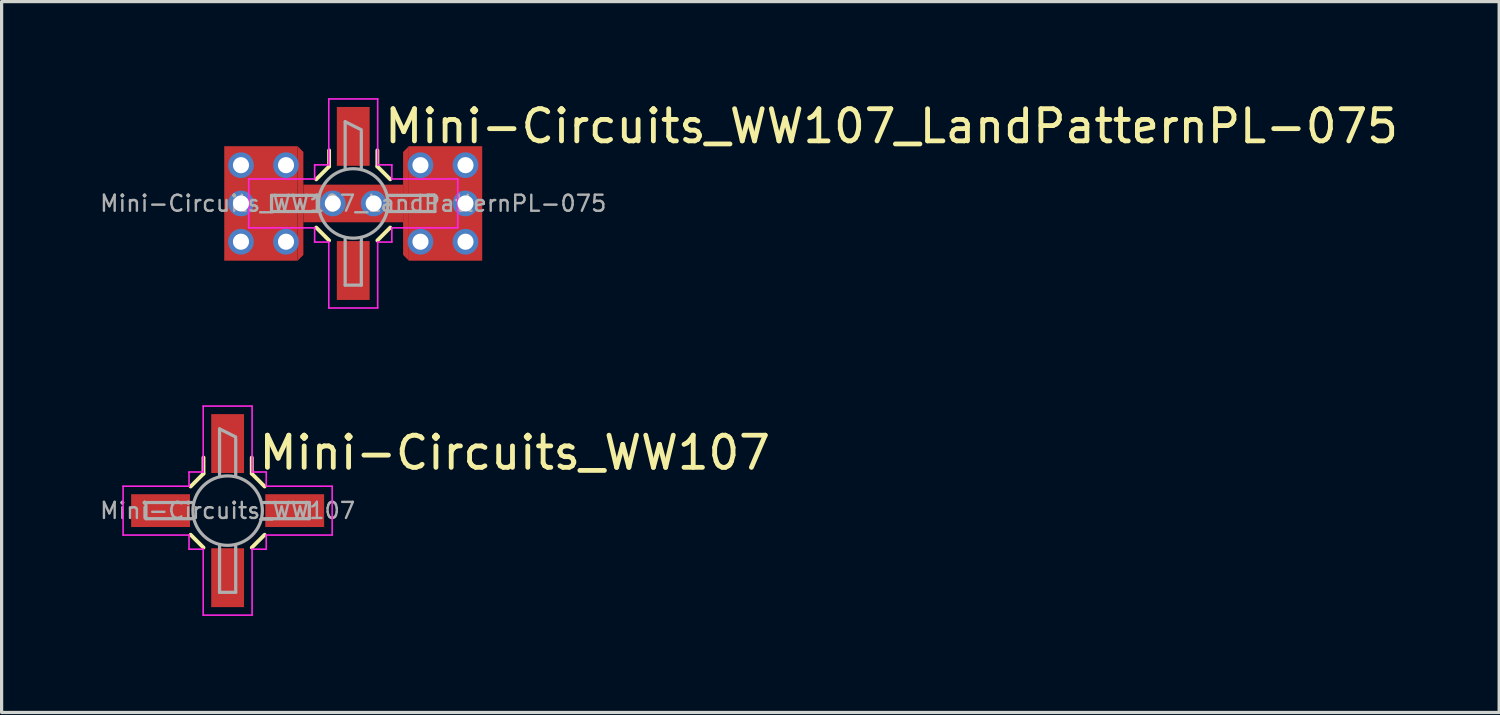
<source format=kicad_pcb>
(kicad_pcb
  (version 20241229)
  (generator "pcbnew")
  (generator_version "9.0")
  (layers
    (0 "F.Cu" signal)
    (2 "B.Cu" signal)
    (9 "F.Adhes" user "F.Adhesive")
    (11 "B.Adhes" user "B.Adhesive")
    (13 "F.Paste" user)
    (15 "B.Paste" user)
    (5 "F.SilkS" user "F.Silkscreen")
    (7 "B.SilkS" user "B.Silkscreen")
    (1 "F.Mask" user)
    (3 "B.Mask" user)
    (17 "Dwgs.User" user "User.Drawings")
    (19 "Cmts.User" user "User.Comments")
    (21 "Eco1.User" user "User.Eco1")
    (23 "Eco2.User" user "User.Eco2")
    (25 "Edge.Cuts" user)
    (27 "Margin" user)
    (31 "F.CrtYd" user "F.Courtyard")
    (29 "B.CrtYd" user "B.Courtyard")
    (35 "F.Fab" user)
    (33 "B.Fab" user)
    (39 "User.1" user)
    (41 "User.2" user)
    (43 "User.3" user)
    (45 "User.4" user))
  (footprint "Mini-Circuits_WW107_LandPatternPL-075"
    (layer "F.Cu")
    (at 7.932 3.275)
    (property "Reference" "Mini-Circuits_WW107_LandPatternPL-075" (at 0.9 -2.4 0) (layer "F.SilkS") (effects (font (size 1 1) (thickness 0.15)) (justify left)))
    (attr smd)
    (fp_line (start -1.15 0.75) (end -0.75 1.15) (stroke (width 0.12) (type solid)) (layer "F.SilkS"))
    (fp_line (start -0.75 -1.15) (end -1.15 -0.75) (stroke (width 0.12) (type solid)) (layer "F.SilkS"))
    (fp_line (start -0.75 -1.15) (end -0.75 -1.65) (stroke (width 0.12) (type solid)) (layer "F.SilkS"))
    (fp_line (start 0.75 -1.15) (end 0.75 -1.65) (stroke (width 0.12) (type solid)) (layer "F.SilkS"))
    (fp_line (start 0.75 1.15) (end 1.15 0.75) (stroke (width 0.12) (type solid)) (layer "F.SilkS"))
    (fp_line (start 1.15 -0.75) (end 0.75 -1.15) (stroke (width 0.12) (type solid)) (layer "F.SilkS"))
    (fp_line (start -3.25 -0.76) (end -3.25 0.76) (stroke (width 0.05) (type solid)) (layer "F.CrtYd"))
    (fp_line (start -3.25 -0.76) (end -1.2 -0.76) (stroke (width 0.05) (type solid)) (layer "F.CrtYd"))
    (fp_line (start -3.25 0.76) (end -1.2 0.76) (stroke (width 0.05) (type solid)) (layer "F.CrtYd"))
    (fp_line (start -1.2 -1.2) (end -1.2 -0.76) (stroke (width 0.05) (type solid)) (layer "F.CrtYd"))
    (fp_line (start -1.2 0.76) (end -1.2 1.2) (stroke (width 0.05) (type solid)) (layer "F.CrtYd"))
    (fp_line (start -1.2 1.2) (end -0.76 1.2) (stroke (width 0.05) (type solid)) (layer "F.CrtYd"))
    (fp_line (start -0.76 -3.25) (end -0.76 -1.2) (stroke (width 0.05) (type solid)) (layer "F.CrtYd"))
    (fp_line (start -0.76 -1.2) (end -1.2 -1.2) (stroke (width 0.05) (type solid)) (layer "F.CrtYd"))
    (fp_line (start -0.76 3.25) (end -0.76 1.2) (stroke (width 0.05) (type solid)) (layer "F.CrtYd"))
    (fp_line (start -0.76 3.25) (end 0.76 3.25) (stroke (width 0.05) (type solid)) (layer "F.CrtYd"))
    (fp_line (start 0.76 -3.25) (end -0.76 -3.25) (stroke (width 0.05) (type solid)) (layer "F.CrtYd"))
    (fp_line (start 0.76 -3.25) (end 0.76 -1.2) (stroke (width 0.05) (type solid)) (layer "F.CrtYd"))
    (fp_line (start 0.76 1.2) (end 1.2 1.2) (stroke (width 0.05) (type solid)) (layer "F.CrtYd"))
    (fp_line (start 0.76 3.25) (end 0.76 1.2) (stroke (width 0.05) (type solid)) (layer "F.CrtYd"))
    (fp_line (start 1.2 -1.2) (end 0.76 -1.2) (stroke (width 0.05) (type solid)) (layer "F.CrtYd"))
    (fp_line (start 1.2 -0.76) (end 1.2 -1.2) (stroke (width 0.05) (type solid)) (layer "F.CrtYd"))
    (fp_line (start 1.2 1.2) (end 1.2 0.76) (stroke (width 0.05) (type solid)) (layer "F.CrtYd"))
    (fp_line (start 3.25 -0.76) (end 1.2 -0.76) (stroke (width 0.05) (type solid)) (layer "F.CrtYd"))
    (fp_line (start 3.25 0.76) (end 1.2 0.76) (stroke (width 0.05) (type solid)) (layer "F.CrtYd"))
    (fp_line (start 3.25 0.76) (end 3.25 -0.76) (stroke (width 0.05) (type solid)) (layer "F.CrtYd"))
    (fp_line (start -2.54 -0.251) (end -2.54 0.251) (stroke (width 0.1) (type solid)) (layer "F.Fab"))
    (fp_line (start -2.54 -0.251) (end -1.1 -0.251) (stroke (width 0.1) (type solid)) (layer "F.Fab"))
    (fp_line (start -2.54 0.251) (end -1.1 0.251) (stroke (width 0.1) (type solid)) (layer "F.Fab"))
    (fp_line (start -0.251 -2.54) (end -0.251 -1.1) (stroke (width 0.1) (type solid)) (layer "F.Fab"))
    (fp_line (start -0.251 2.54) (end -0.251 1.1) (stroke (width 0.1) (type solid)) (layer "F.Fab"))
    (fp_line (start -0.251 2.54) (end 0.251 2.54) (stroke (width 0.1) (type solid)) (layer "F.Fab"))
    (fp_line (start 0.251 -2.29) (end -0.251 -2.54) (stroke (width 0.1) (type solid)) (layer "F.Fab"))
    (fp_line (start 0.251 -2.229) (end 0.251 -1.1) (stroke (width 0.1) (type solid)) (layer "F.Fab"))
    (fp_line (start 0.251 2.54) (end 0.251 1.1) (stroke (width 0.1) (type solid)) (layer "F.Fab"))
    (fp_line (start 2.54 -0.251) (end 1.1 -0.251) (stroke (width 0.1) (type solid)) (layer "F.Fab"))
    (fp_line (start 2.54 0.251) (end 1.1 0.251) (stroke (width 0.1) (type solid)) (layer "F.Fab"))
    (fp_line (start 2.54 0.251) (end 2.54 -0.251) (stroke (width 0.1) (type solid)) (layer "F.Fab"))
    (fp_circle (center 0 0) (end 1.08 0) (stroke (width 0.1) (type solid)) (fill no) (layer "F.Fab"))
    (fp_text user "${REFERENCE}" (at 0 0 0) (layer "F.Fab") (effects (font (size 0.5 0.5) (thickness 0.075))))
    (pad "" smd rect (at -2.085 0 90) (size 1.02 1.83) (layers "F.Mask" "F.Paste"))
    (pad "" smd rect (at 2.085 0 270) (size 1.02 1.83) (layers "F.Mask" "F.Paste"))
    (pad "1" smd rect (at 0 -2.085) (size 1.02 1.83) (layers "F.Cu" "F.Mask" "F.Paste"))
    (pad "2" thru_hole circle (at -3.49 -1.19 270) (size 0.8 0.8) (drill 0.5) (layers "*.Cu" "*.Mask"))
    (pad "2" thru_hole circle (at -3.49 0 270) (size 0.8 0.8) (drill 0.5) (layers "*.Cu" "*.Mask"))
    (pad "2" thru_hole circle (at -3.49 1.19 270) (size 0.8 0.8) (drill 0.5) (layers "*.Cu" "*.Mask"))
    (pad "2" thru_hole circle (at -2.09 -1.19 270) (size 0.8 0.8) (drill 0.5) (layers "*.Cu" "*.Mask"))
    (pad "2" thru_hole circle (at -2.09 1.19 270) (size 0.8 0.8) (drill 0.5) (layers "*.Cu" "*.Mask"))
    (pad "2" smd rect (at -1.73 0 270) (size 3.56 2.28) (drill (offset 0 1.14)) (layers "F.Cu"))
    (pad "2" smd trapezoid (at -1.55 0 270) (size 3.38 0.18) (rect_delta 0 0.18) (drill (offset 0 0.09)) (layers "F.Cu"))
    (pad "2" thru_hole circle (at -0.635 0 270) (size 0.8 0.8) (drill 0.5) (layers "*.Cu" "*.Mask"))
    (pad "2" smd rect (at 0 0 270) (size 1.17 3.1) (layers "F.Cu"))
    (pad "2" thru_hole circle (at 0.635 0 90) (size 0.8 0.8) (drill 0.5) (layers "*.Cu" "*.Mask"))
    (pad "2" smd trapezoid (at 1.55 0 90) (size 3.38 0.18) (rect_delta 0 0.18) (drill (offset 0 0.09)) (layers "F.Cu"))
    (pad "2" smd rect (at 1.73 0 90) (size 3.56 2.28) (drill (offset 0 1.14)) (layers "F.Cu"))
    (pad "2" thru_hole circle (at 2.09 -1.19 90) (size 0.8 0.8) (drill 0.5) (layers "*.Cu" "*.Mask"))
    (pad "2" thru_hole circle (at 2.09 1.19 90) (size 0.8 0.8) (drill 0.5) (layers "*.Cu" "*.Mask"))
    (pad "2" thru_hole circle (at 3.49 -1.19 90) (size 0.8 0.8) (drill 0.5) (layers "*.Cu" "*.Mask"))
    (pad "2" thru_hole circle (at 3.49 0 90) (size 0.8 0.8) (drill 0.5) (layers "*.Cu" "*.Mask"))
    (pad "2" thru_hole circle (at 3.49 1.19 90) (size 0.8 0.8) (drill 0.5) (layers "*.Cu" "*.Mask"))
    (pad "3" smd rect (at 0 2.085 180) (size 1.02 1.83) (layers "F.Cu" "F.Mask" "F.Paste")))
  (footprint "Mini-Circuits_WW107"
    (layer "F.Cu")
    (at 4.027 12.825)
    (property "Reference" "Mini-Circuits_WW107" (at 0.9 -1.8 0) (layer "F.SilkS") (effects (font (size 1 1) (thickness 0.15)) (justify left)))
    (attr smd)
    (fp_line (start -1.15 0.75) (end -0.75 1.15) (stroke (width 0.12) (type solid)) (layer "F.SilkS"))
    (fp_line (start -0.75 -1.15) (end -1.15 -0.75) (stroke (width 0.12) (type solid)) (layer "F.SilkS"))
    (fp_line (start -0.75 -1.15) (end -0.75 -1.65) (stroke (width 0.12) (type solid)) (layer "F.SilkS"))
    (fp_line (start 0.75 -1.15) (end 0.75 -1.65) (stroke (width 0.12) (type solid)) (layer "F.SilkS"))
    (fp_line (start 0.75 1.15) (end 1.15 0.75) (stroke (width 0.12) (type solid)) (layer "F.SilkS"))
    (fp_line (start 1.15 -0.75) (end 0.75 -1.15) (stroke (width 0.12) (type solid)) (layer "F.SilkS"))
    (fp_line (start -3.25 -0.76) (end -3.25 0.76) (stroke (width 0.05) (type solid)) (layer "F.CrtYd"))
    (fp_line (start -3.25 -0.76) (end -1.2 -0.76) (stroke (width 0.05) (type solid)) (layer "F.CrtYd"))
    (fp_line (start -3.25 0.76) (end -1.2 0.76) (stroke (width 0.05) (type solid)) (layer "F.CrtYd"))
    (fp_line (start -1.2 -1.2) (end -1.2 -0.76) (stroke (width 0.05) (type solid)) (layer "F.CrtYd"))
    (fp_line (start -1.2 0.76) (end -1.2 1.2) (stroke (width 0.05) (type solid)) (layer "F.CrtYd"))
    (fp_line (start -1.2 1.2) (end -0.76 1.2) (stroke (width 0.05) (type solid)) (layer "F.CrtYd"))
    (fp_line (start -0.76 -3.25) (end -0.76 -1.2) (stroke (width 0.05) (type solid)) (layer "F.CrtYd"))
    (fp_line (start -0.76 -1.2) (end -1.2 -1.2) (stroke (width 0.05) (type solid)) (layer "F.CrtYd"))
    (fp_line (start -0.76 3.25) (end -0.76 1.2) (stroke (width 0.05) (type solid)) (layer "F.CrtYd"))
    (fp_line (start -0.76 3.25) (end 0.76 3.25) (stroke (width 0.05) (type solid)) (layer "F.CrtYd"))
    (fp_line (start 0.76 -3.25) (end -0.76 -3.25) (stroke (width 0.05) (type solid)) (layer "F.CrtYd"))
    (fp_line (start 0.76 -3.25) (end 0.76 -1.2) (stroke (width 0.05) (type solid)) (layer "F.CrtYd"))
    (fp_line (start 0.76 1.2) (end 1.2 1.2) (stroke (width 0.05) (type solid)) (layer "F.CrtYd"))
    (fp_line (start 0.76 3.25) (end 0.76 1.2) (stroke (width 0.05) (type solid)) (layer "F.CrtYd"))
    (fp_line (start 1.2 -1.2) (end 0.76 -1.2) (stroke (width 0.05) (type solid)) (layer "F.CrtYd"))
    (fp_line (start 1.2 -0.76) (end 1.2 -1.2) (stroke (width 0.05) (type solid)) (layer "F.CrtYd"))
    (fp_line (start 1.2 1.2) (end 1.2 0.76) (stroke (width 0.05) (type solid)) (layer "F.CrtYd"))
    (fp_line (start 3.25 -0.76) (end 1.2 -0.76) (stroke (width 0.05) (type solid)) (layer "F.CrtYd"))
    (fp_line (start 3.25 0.76) (end 1.2 0.76) (stroke (width 0.05) (type solid)) (layer "F.CrtYd"))
    (fp_line (start 3.25 0.76) (end 3.25 -0.76) (stroke (width 0.05) (type solid)) (layer "F.CrtYd"))
    (fp_line (start -2.54 -0.251) (end -2.54 0.251) (stroke (width 0.1) (type solid)) (layer "F.Fab"))
    (fp_line (start -2.54 -0.251) (end -1.1 -0.251) (stroke (width 0.1) (type solid)) (layer "F.Fab"))
    (fp_line (start -2.54 0.251) (end -1.1 0.251) (stroke (width 0.1) (type solid)) (layer "F.Fab"))
    (fp_line (start -0.251 -2.54) (end -0.251 -1.1) (stroke (width 0.1) (type solid)) (layer "F.Fab"))
    (fp_line (start -0.251 2.54) (end -0.251 1.1) (stroke (width 0.1) (type solid)) (layer "F.Fab"))
    (fp_line (start -0.251 2.54) (end 0.251 2.54) (stroke (width 0.1) (type solid)) (layer "F.Fab"))
    (fp_line (start 0.251 -2.29) (end -0.251 -2.54) (stroke (width 0.1) (type solid)) (layer "F.Fab"))
    (fp_line (start 0.251 -2.229) (end 0.251 -1.1) (stroke (width 0.1) (type solid)) (layer "F.Fab"))
    (fp_line (start 0.251 2.54) (end 0.251 1.1) (stroke (width 0.1) (type solid)) (layer "F.Fab"))
    (fp_line (start 2.54 -0.251) (end 1.1 -0.251) (stroke (width 0.1) (type solid)) (layer "F.Fab"))
    (fp_line (start 2.54 0.251) (end 1.1 0.251) (stroke (width 0.1) (type solid)) (layer "F.Fab"))
    (fp_line (start 2.54 0.251) (end 2.54 -0.251) (stroke (width 0.1) (type solid)) (layer "F.Fab"))
    (fp_circle (center 0 0) (end 1.08 0) (stroke (width 0.1) (type solid)) (fill no) (layer "F.Fab"))
    (fp_text user "${REFERENCE}" (at 0 0 0) (layer "F.Fab") (effects (font (size 0.5 0.5) (thickness 0.075))))
    (pad "1" smd rect (at 0 -2.085) (size 1.02 1.83) (layers "F.Cu" "F.Mask" "F.Paste"))
    (pad "2" smd rect (at -2.085 0 90) (size 1.02 1.83) (layers "F.Cu" "F.Mask" "F.Paste"))
    (pad "3" smd rect (at 0 2.085 180) (size 1.02 1.83) (layers "F.Cu" "F.Mask" "F.Paste"))
    (pad "4" smd rect (at 2.085 0 270) (size 1.02 1.83) (layers "F.Cu" "F.Mask" "F.Paste")))
  (gr_rect
    (start -3 -3)
    (end 43.558 19.1)
    (stroke (width 0.1) (type default))
    (fill no)
    (layer "Edge.Cuts")))
</source>
